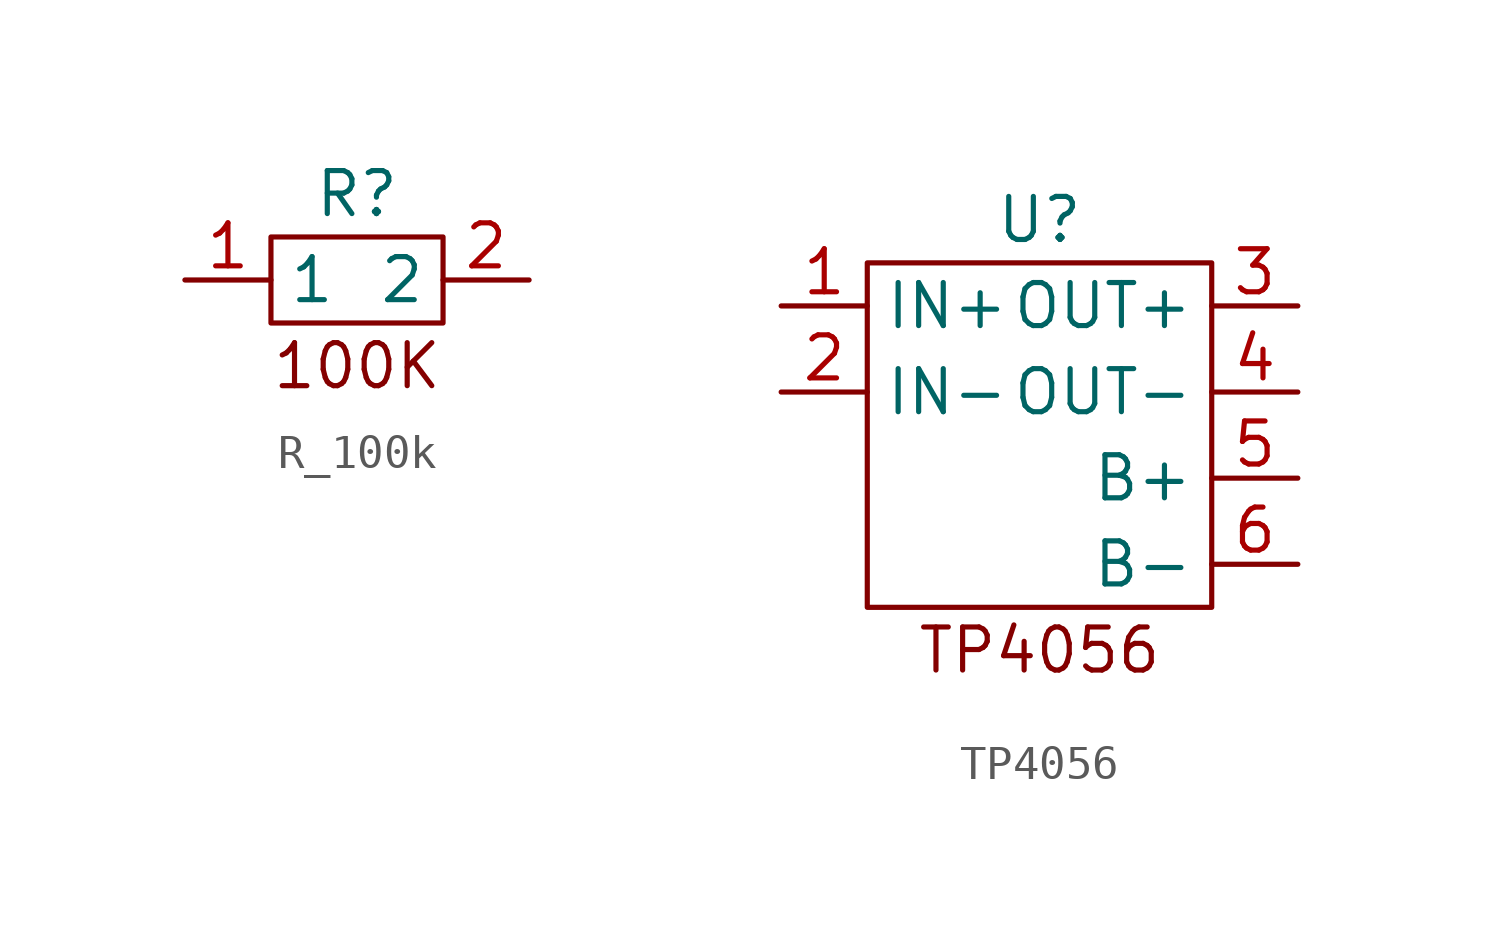
<source format=kicad_sym>
(kicad_symbol_lib
  (version 20220914)
  (generator kicad_symbol_editor)
  (symbol "R_100k"
    (property "Reference" "R"
      (at 0 2.54 0)
      (effects (font (size 1.27 1.27))))
    (property "Value" ""
      (at 0 0 0)
      (effects (font (size 1.27 1.27))))
    (symbol "R_100k_0_1"
      (rectangle (start -2.54 1.27) (end 2.54 -1.27) (stroke (width 0) (type default)) (fill (type none))))
    (symbol "R_100k_1_1"
      (text "100K\n" (at 0 -2.54 0) (effects (font (size 1.27 1.27))))
      (pin bidirectional line (at -5.08 0 0) (length 2.54) (name "1" (effects (font (size 1.27 1.27)))) (number "1" (effects (font (size 1.27 1.27)))))
      (pin bidirectional line (at 5.08 0 180) (length 2.54) (name "2" (effects (font (size 1.27 1.27)))) (number "2" (effects (font (size 1.27 1.27)))))))
  (symbol "TP4056"
    (property "Reference" "U"
      (at 0 6.35 0)
      (effects (font (size 1.27 1.27))))
    (property "Value" ""
      (at -7.62 6.35 0)
      (effects (font (size 1.27 1.27))))
    (symbol "TP4056_0_1"
      (rectangle (start -5.08 5.08) (end 5.08 -5.08) (stroke (width 0) (type default)) (fill (type none))))
    (symbol "TP4056_1_1"
      (text "TP4056" (at 0 -6.35 0) (effects (font (size 1.27 1.27))))
      (pin input line (at -7.62 3.81 0) (length 2.54) (name "IN+" (effects (font (size 1.27 1.27)))) (number "1" (effects (font (size 1.27 1.27)))))
      (pin input line (at -7.62 1.27 0) (length 2.54) (name "IN-" (effects (font (size 1.27 1.27)))) (number "2" (effects (font (size 1.27 1.27)))))
      (pin output line (at 7.62 3.81 180) (length 2.54) (name "OUT+" (effects (font (size 1.27 1.27)))) (number "3" (effects (font (size 1.27 1.27)))))
      (pin output line (at 7.62 1.27 180) (length 2.54) (name "OUT-" (effects (font (size 1.27 1.27)))) (number "4" (effects (font (size 1.27 1.27)))))
      (pin output line (at 7.62 -1.27 180) (length 2.54) (name "B+" (effects (font (size 1.27 1.27)))) (number "5" (effects (font (size 1.27 1.27)))))
      (pin output line (at 7.62 -3.81 180) (length 2.54) (name "B-" (effects (font (size 1.27 1.27)))) (number "6" (effects (font (size 1.27 1.27))))))))
</source>
